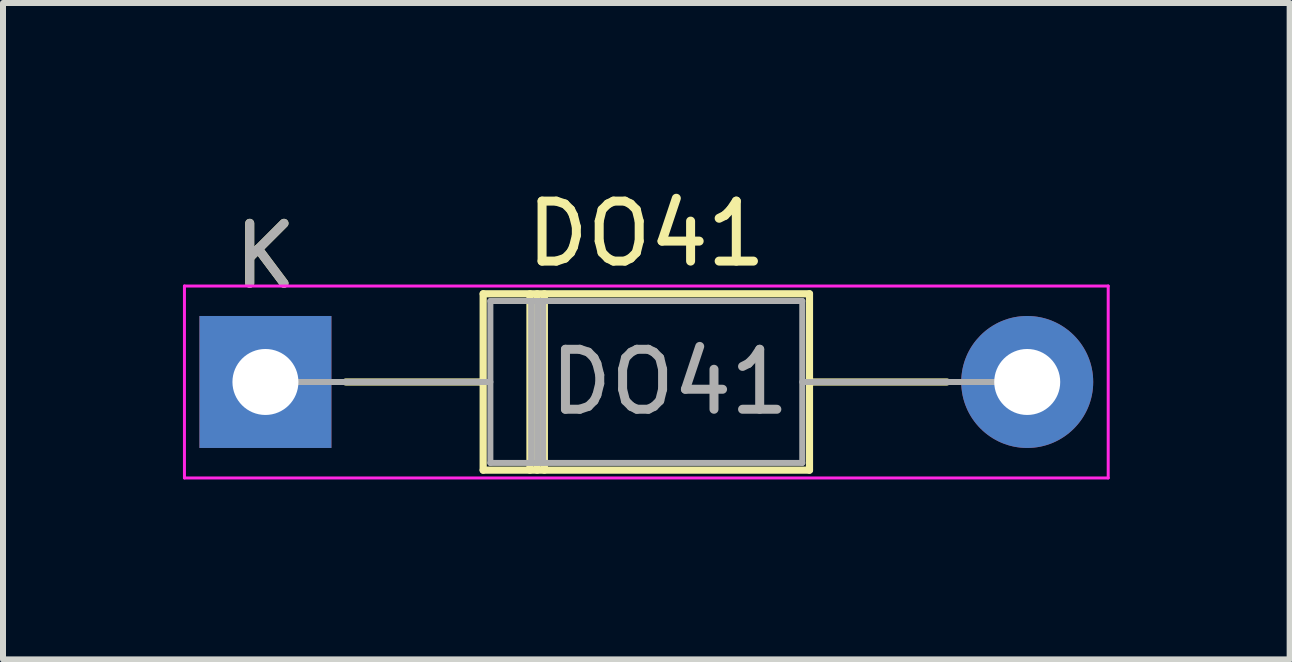
<source format=kicad_pcb>
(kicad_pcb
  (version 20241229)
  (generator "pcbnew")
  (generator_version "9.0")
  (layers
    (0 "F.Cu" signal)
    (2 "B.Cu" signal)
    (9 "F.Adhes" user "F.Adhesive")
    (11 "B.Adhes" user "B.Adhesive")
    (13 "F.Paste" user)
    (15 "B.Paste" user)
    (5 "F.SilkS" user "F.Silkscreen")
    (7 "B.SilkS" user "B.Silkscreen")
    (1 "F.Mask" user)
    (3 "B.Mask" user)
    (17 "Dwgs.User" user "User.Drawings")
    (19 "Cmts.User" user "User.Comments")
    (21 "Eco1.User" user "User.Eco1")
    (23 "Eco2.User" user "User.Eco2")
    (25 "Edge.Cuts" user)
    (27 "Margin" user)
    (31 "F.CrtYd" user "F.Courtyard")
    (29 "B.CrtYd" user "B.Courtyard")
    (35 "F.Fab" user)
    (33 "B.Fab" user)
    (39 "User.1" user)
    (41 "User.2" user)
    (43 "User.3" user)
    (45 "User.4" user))
  (footprint "DO41"
    (layer "F.Cu")
    (at 1.375 3.318)
    (property "Reference" "DO41" (at 6.35 -2.47 0) (layer "F.SilkS") (effects (font (size 1 1) (thickness 0.15))))
    (attr through_hole)
    (fp_line (start 1.34 0) (end 3.63 0) (stroke (width 0.12) (type solid)) (layer "F.SilkS"))
    (fp_line (start 3.63 -1.47) (end 3.63 1.47) (stroke (width 0.12) (type solid)) (layer "F.SilkS"))
    (fp_line (start 3.63 1.47) (end 9.07 1.47) (stroke (width 0.12) (type solid)) (layer "F.SilkS"))
    (fp_line (start 4.41 -1.47) (end 4.41 1.47) (stroke (width 0.12) (type solid)) (layer "F.SilkS"))
    (fp_line (start 4.53 -1.47) (end 4.53 1.47) (stroke (width 0.12) (type solid)) (layer "F.SilkS"))
    (fp_line (start 4.65 -1.47) (end 4.65 1.47) (stroke (width 0.12) (type solid)) (layer "F.SilkS"))
    (fp_line (start 9.07 -1.47) (end 3.63 -1.47) (stroke (width 0.12) (type solid)) (layer "F.SilkS"))
    (fp_line (start 9.07 1.47) (end 9.07 -1.47) (stroke (width 0.12) (type solid)) (layer "F.SilkS"))
    (fp_line (start 11.36 0) (end 9.07 0) (stroke (width 0.12) (type solid)) (layer "F.SilkS"))
    (fp_line (start -1.35 -1.6) (end -1.35 1.6) (stroke (width 0.05) (type solid)) (layer "F.CrtYd"))
    (fp_line (start -1.35 1.6) (end 14.05 1.6) (stroke (width 0.05) (type solid)) (layer "F.CrtYd"))
    (fp_line (start 14.05 -1.6) (end -1.35 -1.6) (stroke (width 0.05) (type solid)) (layer "F.CrtYd"))
    (fp_line (start 14.05 1.6) (end 14.05 -1.6) (stroke (width 0.05) (type solid)) (layer "F.CrtYd"))
    (fp_line (start 0 0) (end 3.75 0) (stroke (width 0.1) (type solid)) (layer "F.Fab"))
    (fp_line (start 3.75 -1.35) (end 3.75 1.35) (stroke (width 0.1) (type solid)) (layer "F.Fab"))
    (fp_line (start 3.75 1.35) (end 8.95 1.35) (stroke (width 0.1) (type solid)) (layer "F.Fab"))
    (fp_line (start 4.43 -1.35) (end 4.43 1.35) (stroke (width 0.1) (type solid)) (layer "F.Fab"))
    (fp_line (start 4.53 -1.35) (end 4.53 1.35) (stroke (width 0.1) (type solid)) (layer "F.Fab"))
    (fp_line (start 4.63 -1.35) (end 4.63 1.35) (stroke (width 0.1) (type solid)) (layer "F.Fab"))
    (fp_line (start 8.95 -1.35) (end 3.75 -1.35) (stroke (width 0.1) (type solid)) (layer "F.Fab"))
    (fp_line (start 8.95 1.35) (end 8.95 -1.35) (stroke (width 0.1) (type solid)) (layer "F.Fab"))
    (fp_line (start 12.7 0) (end 8.95 0) (stroke (width 0.1) (type solid)) (layer "F.Fab"))
    (fp_text user "K" (at 0 -2.1 0) (layer "F.SilkS") (effects (font (size 1 1) (thickness 0.15))))
    (fp_text user "K" (at 0 -2.1 0) (layer "F.Fab") (effects (font (size 1 1) (thickness 0.15))))
    (fp_text user "${REFERENCE}" (at 6.74 0 0) (layer "F.Fab") (effects (font (size 1 1) (thickness 0.15))))
    (pad "1" thru_hole rect (at 0 0) (size 2.2 2.2) (drill 1.1) (layers "*.Cu" "*.Mask"))
    (pad "2" thru_hole oval (at 12.7 0) (size 2.2 2.2) (drill 1.1) (layers "*.Cu" "*.Mask")))
  (gr_rect
    (start -3 -3)
    (end 18.45 7.943)
    (stroke (width 0.1) (type default))
    (fill no)
    (layer "Edge.Cuts")))
</source>
